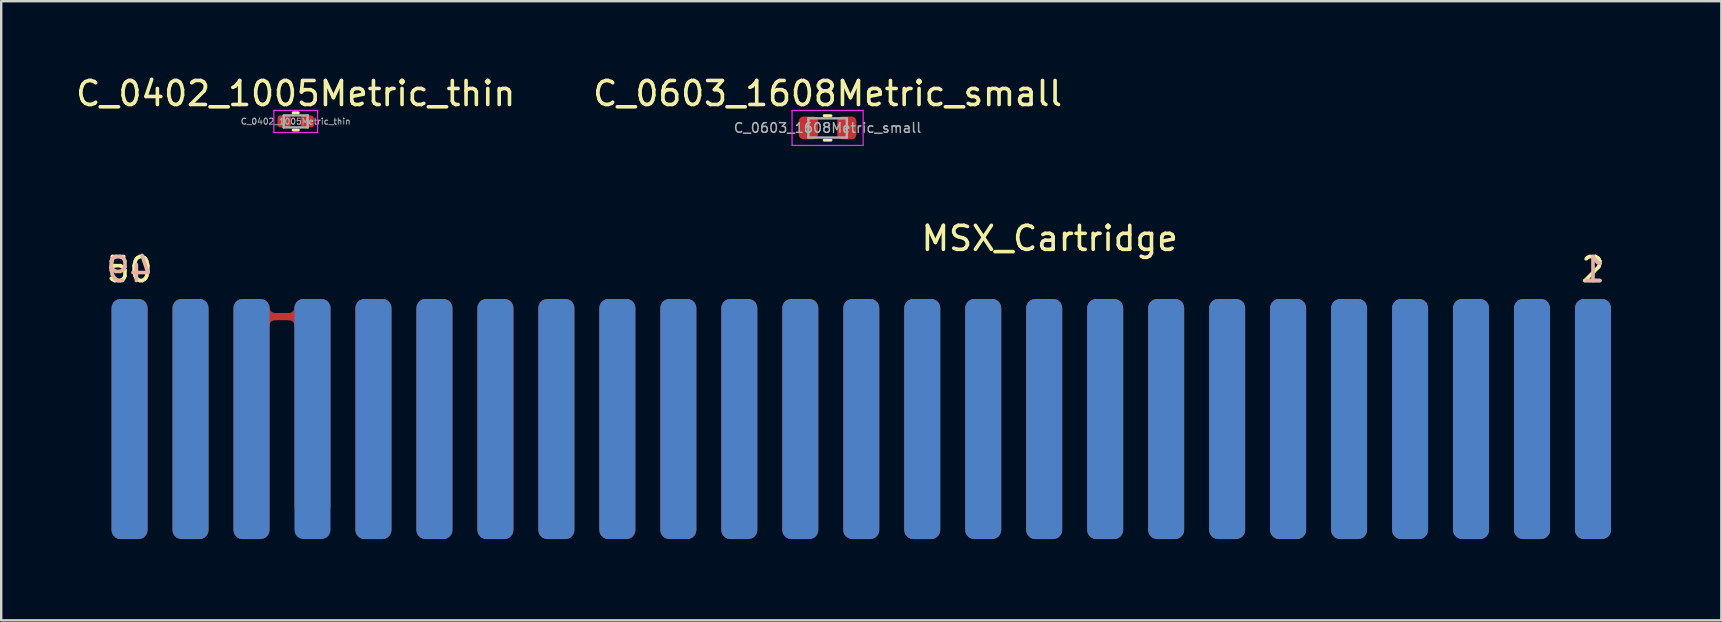
<source format=kicad_pcb>
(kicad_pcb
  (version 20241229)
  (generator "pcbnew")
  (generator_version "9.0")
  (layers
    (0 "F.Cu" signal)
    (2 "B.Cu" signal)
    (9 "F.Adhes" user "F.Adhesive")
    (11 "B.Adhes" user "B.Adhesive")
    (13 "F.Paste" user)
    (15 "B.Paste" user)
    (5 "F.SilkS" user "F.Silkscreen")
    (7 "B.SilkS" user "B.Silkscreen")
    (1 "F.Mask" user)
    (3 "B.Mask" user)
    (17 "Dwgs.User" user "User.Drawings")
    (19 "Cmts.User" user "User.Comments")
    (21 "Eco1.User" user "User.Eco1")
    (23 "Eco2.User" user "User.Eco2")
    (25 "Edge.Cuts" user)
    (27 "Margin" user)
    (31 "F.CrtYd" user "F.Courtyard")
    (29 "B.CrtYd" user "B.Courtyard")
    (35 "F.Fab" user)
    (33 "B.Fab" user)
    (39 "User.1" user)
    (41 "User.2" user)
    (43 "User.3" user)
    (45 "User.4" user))
  (footprint "C_0402_1005Metric_thin"
    (layer "F.Cu")
    (at 9.268 2.008)
    (property "Reference" "C_0402_1005Metric_thin" (at 0 -1.16 0) (layer "F.SilkS") (effects (font (size 1 1) (thickness 0.15))))
    (attr smd)
    (fp_line (start -0.108 -0.36) (end 0.108 -0.36) (stroke (width 0.12) (type solid)) (layer "F.SilkS"))
    (fp_line (start -0.108 0.36) (end 0.108 0.36) (stroke (width 0.12) (type solid)) (layer "F.SilkS"))
    (fp_line (start -0.91 -0.46) (end 0.91 -0.46) (stroke (width 0.05) (type solid)) (layer "F.CrtYd"))
    (fp_line (start -0.91 0.46) (end -0.91 -0.46) (stroke (width 0.05) (type solid)) (layer "F.CrtYd"))
    (fp_line (start 0.91 -0.46) (end 0.91 0.46) (stroke (width 0.05) (type solid)) (layer "F.CrtYd"))
    (fp_line (start 0.91 0.46) (end -0.91 0.46) (stroke (width 0.05) (type solid)) (layer "F.CrtYd"))
    (fp_line (start -0.5 -0.25) (end 0.5 -0.25) (stroke (width 0.1) (type solid)) (layer "F.Fab"))
    (fp_line (start -0.5 0.25) (end -0.5 -0.25) (stroke (width 0.1) (type solid)) (layer "F.Fab"))
    (fp_line (start 0.5 -0.25) (end 0.5 0.25) (stroke (width 0.1) (type solid)) (layer "F.Fab"))
    (fp_line (start 0.5 0.25) (end -0.5 0.25) (stroke (width 0.1) (type solid)) (layer "F.Fab"))
    (fp_text user "${REFERENCE}" (at 0 0 0) (layer "F.Fab") (effects (font (size 0.25 0.25) (thickness 0.04))))
    (pad "1" smd roundrect (at -0.48 0) (size 0.56 0.5) (layers "F.Cu" "F.Mask" "F.Paste") (roundrect_rratio 0.25))
    (pad "2" smd roundrect (at 0.48 0) (size 0.56 0.5) (layers "F.Cu" "F.Mask" "F.Paste") (roundrect_rratio 0.25)))
  (footprint "MSX_Cartridge"
    (layer "F.Cu")
    (at 32.826 14.531)
    (property "Reference" "MSX_Cartridge" (at 7.85 -7.65 0) (layer "F.SilkS") (effects (font (size 1 1) (thickness 0.15))))
    (attr through_hole)
    (fp_line (start -24.419 -4.394) (end -23.841 -4.394) (stroke (width 0.3) (type default)) (layer "F.Cu"))
    (fp_arc (start -24.8 -4.0132) (mid -24.688408 -4.282608) (end -24.419 -4.3942) (stroke (width 0.3) (type default)) (layer "F.Cu"))
    (fp_arc (start -24.419 -4.3942) (mid -24.688408 -4.505792) (end -24.8 -4.7752) (stroke (width 0.3) (type default)) (layer "F.Cu"))
    (fp_arc (start -23.841 -4.3942) (mid -23.571592 -4.282608) (end -23.46 -4.0132) (stroke (width 0.3) (type default)) (layer "F.Cu"))
    (fp_arc (start -23.46 -4.7752) (mid -23.571592 -4.505792) (end -23.841 -4.3942) (stroke (width 0.3) (type default)) (layer "F.Cu"))
    (fp_rect (start -32.766 -4) (end 32.766 5.2) (stroke (width 0.12) (type solid)) (fill yes) (layer "F.Mask"))
    (fp_rect (start -32.766 -4) (end 32.766 5.2) (stroke (width 0.12) (type solid)) (fill yes) (layer "B.Mask"))
    (fp_text user "2" (at 30.48 -6.35 0) (unlocked yes) (layer "F.SilkS") (effects (font (size 1 1) (thickness 0.15))))
    (fp_text user "50" (at -30.48 -6.35 0) (unlocked yes) (layer "F.SilkS") (effects (font (size 1 1) (thickness 0.15))))
    (fp_text user "49" (at -30.48 -6.35 0) (unlocked yes) (layer "B.SilkS") (effects (font (size 1 1) (thickness 0.15)) (justify mirror)))
    (fp_text user "1" (at 30.48 -6.35 0) (unlocked yes) (layer "B.SilkS") (effects (font (size 1 1) (thickness 0.15)) (justify mirror)))
    (pad "1" connect roundrect (at 30.48 -0.127) (size 1.5 10) (layers "B.Cu" "B.Mask") (roundrect_rratio 0.25))
    (pad "2" connect roundrect (at 30.48 -0.127) (size 1.5 10) (layers "F.Cu" "F.Mask") (roundrect_rratio 0.25))
    (pad "3" connect roundrect (at 27.94 -0.127) (size 1.5 10) (layers "B.Cu" "B.Mask") (roundrect_rratio 0.25))
    (pad "4" connect roundrect (at 27.94 -0.127) (size 1.5 10) (layers "F.Cu" "F.Mask") (roundrect_rratio 0.25))
    (pad "5" connect roundrect (at 25.4 -0.127) (size 1.5 10) (layers "B.Cu" "B.Mask") (roundrect_rratio 0.25))
    (pad "6" connect roundrect (at 25.4 -0.127) (size 1.5 10) (layers "F.Cu" "F.Mask") (roundrect_rratio 0.25))
    (pad "7" connect roundrect (at 22.86 -0.127) (size 1.5 10) (layers "B.Cu" "B.Mask") (roundrect_rratio 0.25))
    (pad "8" connect roundrect (at 22.86 -0.127) (size 1.5 10) (layers "F.Cu" "F.Mask") (roundrect_rratio 0.25))
    (pad "9" connect roundrect (at 20.32 -0.127) (size 1.5 10) (layers "B.Cu" "B.Mask") (roundrect_rratio 0.25))
    (pad "10" connect roundrect (at 20.32 -0.127) (size 1.5 10) (layers "F.Cu" "F.Mask") (roundrect_rratio 0.25))
    (pad "11" connect roundrect (at 17.78 -0.127) (size 1.5 10) (layers "B.Cu" "B.Mask") (roundrect_rratio 0.25))
    (pad "12" connect roundrect (at 17.78 -0.127) (size 1.5 10) (layers "F.Cu" "F.Mask") (roundrect_rratio 0.25))
    (pad "13" connect roundrect (at 15.24 -0.127) (size 1.5 10) (layers "B.Cu" "B.Mask") (roundrect_rratio 0.25))
    (pad "14" connect roundrect (at 15.24 -0.127) (size 1.5 10) (layers "F.Cu" "F.Mask") (roundrect_rratio 0.25))
    (pad "15" connect roundrect (at 12.7 -0.127) (size 1.5 10) (layers "B.Cu" "B.Mask") (roundrect_rratio 0.25))
    (pad "16" connect roundrect (at 12.7 -0.127) (size 1.5 10) (layers "F.Cu" "F.Mask") (roundrect_rratio 0.25))
    (pad "17" connect roundrect (at 10.16 -0.127) (size 1.5 10) (layers "B.Cu" "B.Mask") (roundrect_rratio 0.25))
    (pad "18" connect roundrect (at 10.16 -0.127) (size 1.5 10) (layers "F.Cu" "F.Mask") (roundrect_rratio 0.25))
    (pad "19" connect roundrect (at 7.62 -0.127) (size 1.5 10) (layers "B.Cu" "B.Mask") (roundrect_rratio 0.25))
    (pad "20" connect roundrect (at 7.62 -0.127) (size 1.5 10) (layers "F.Cu" "F.Mask") (roundrect_rratio 0.25))
    (pad "21" connect roundrect (at 5.08 -0.127) (size 1.5 10) (layers "B.Cu" "B.Mask") (roundrect_rratio 0.25))
    (pad "22" connect roundrect (at 5.08 -0.127) (size 1.5 10) (layers "F.Cu" "F.Mask") (roundrect_rratio 0.25))
    (pad "23" connect roundrect (at 2.54 -0.127) (size 1.5 10) (layers "B.Cu" "B.Mask") (roundrect_rratio 0.25))
    (pad "24" connect roundrect (at 2.54 -0.127) (size 1.5 10) (layers "F.Cu" "F.Mask") (roundrect_rratio 0.25))
    (pad "25" connect roundrect (at 0 -0.127) (size 1.5 10) (layers "B.Cu" "B.Mask") (roundrect_rratio 0.25))
    (pad "26" connect roundrect (at 0 -0.127) (size 1.5 10) (layers "F.Cu" "F.Mask") (roundrect_rratio 0.25))
    (pad "27" connect roundrect (at -2.54 -0.127) (size 1.5 10) (layers "B.Cu" "B.Mask") (roundrect_rratio 0.25))
    (pad "28" connect roundrect (at -2.54 -0.127) (size 1.5 10) (layers "F.Cu" "F.Mask") (roundrect_rratio 0.25))
    (pad "29" connect roundrect (at -5.08 -0.127) (size 1.5 10) (layers "B.Cu" "B.Mask") (roundrect_rratio 0.25))
    (pad "30" connect roundrect (at -5.08 -0.127) (size 1.5 10) (layers "F.Cu" "F.Mask") (roundrect_rratio 0.25))
    (pad "31" connect roundrect (at -7.62 -0.127) (size 1.5 10) (layers "B.Cu" "B.Mask") (roundrect_rratio 0.25))
    (pad "32" connect roundrect (at -7.62 -0.127) (size 1.5 10) (layers "F.Cu" "F.Mask") (roundrect_rratio 0.25))
    (pad "33" connect roundrect (at -10.16 -0.127) (size 1.5 10) (layers "B.Cu" "B.Mask") (roundrect_rratio 0.25))
    (pad "34" connect roundrect (at -10.16 -0.127) (size 1.5 10) (layers "F.Cu" "F.Mask") (roundrect_rratio 0.25))
    (pad "35" connect roundrect (at -12.7 -0.127) (size 1.5 10) (layers "B.Cu" "B.Mask") (roundrect_rratio 0.25))
    (pad "36" connect roundrect (at -12.7 -0.127) (size 1.5 10) (layers "F.Cu" "F.Mask") (roundrect_rratio 0.25))
    (pad "37" connect roundrect (at -15.24 -0.127) (size 1.5 10) (layers "B.Cu" "B.Mask") (roundrect_rratio 0.25))
    (pad "38" connect roundrect (at -15.24 -0.127) (size 1.5 10) (layers "F.Cu" "F.Mask") (roundrect_rratio 0.25))
    (pad "39" connect roundrect (at -17.78 -0.127) (size 1.5 10) (layers "B.Cu" "B.Mask") (roundrect_rratio 0.25))
    (pad "40" connect roundrect (at -17.78 -0.127) (size 1.5 10) (layers "F.Cu" "F.Mask") (roundrect_rratio 0.25))
    (pad "41" connect roundrect (at -20.32 -0.127) (size 1.5 10) (layers "B.Cu" "B.Mask") (roundrect_rratio 0.25))
    (pad "42" connect roundrect (at -20.32 -0.127) (size 1.5 10) (layers "F.Cu" "F.Mask") (roundrect_rratio 0.25))
    (pad "43" connect roundrect (at -22.86 -0.127) (size 1.5 10) (layers "B.Cu" "B.Mask") (roundrect_rratio 0.25))
    (pad "44" connect roundrect (at -22.86 -0.627) (size 1.5 9) (layers "F.Cu" "F.Mask") (roundrect_rratio 0.25))
    (pad "45" connect roundrect (at -25.4 -0.127) (size 1.5 10) (layers "B.Cu" "B.Mask") (roundrect_rratio 0.25))
    (pad "46" connect roundrect (at -25.4 -0.127) (size 1.5 10) (layers "F.Cu" "F.Mask") (roundrect_rratio 0.25))
    (pad "47" connect roundrect (at -27.94 -0.127) (size 1.5 10) (layers "B.Cu" "B.Mask") (roundrect_rratio 0.25))
    (pad "48" connect roundrect (at -27.94 -0.127) (size 1.5 10) (layers "F.Cu" "F.Mask") (roundrect_rratio 0.25))
    (pad "49" connect roundrect (at -30.48 -0.127) (size 1.5 10) (layers "B.Cu" "B.Mask") (roundrect_rratio 0.25))
    (pad "50" connect roundrect (at -30.48 -0.127) (size 1.5 10) (layers "F.Cu" "F.Mask") (roundrect_rratio 0.25)))
  (footprint "C_0603_1608Metric_small"
    (layer "F.Cu")
    (at 31.423 2.278)
    (property "Reference" "C_0603_1608Metric_small" (at 0 -1.43 0) (layer "F.SilkS") (effects (font (size 1 1) (thickness 0.15))))
    (attr smd)
    (fp_line (start -0.141 -0.51) (end 0.141 -0.51) (stroke (width 0.12) (type solid)) (layer "F.SilkS"))
    (fp_line (start -0.141 0.51) (end 0.141 0.51) (stroke (width 0.12) (type solid)) (layer "F.SilkS"))
    (fp_line (start -1.48 -0.73) (end 1.48 -0.73) (stroke (width 0.05) (type solid)) (layer "F.CrtYd"))
    (fp_line (start -1.48 0.73) (end -1.48 -0.73) (stroke (width 0.05) (type solid)) (layer "F.CrtYd"))
    (fp_line (start 1.48 -0.73) (end 1.48 0.73) (stroke (width 0.05) (type solid)) (layer "F.CrtYd"))
    (fp_line (start 1.48 0.73) (end -1.48 0.73) (stroke (width 0.05) (type solid)) (layer "F.CrtYd"))
    (fp_line (start -0.8 -0.4) (end 0.8 -0.4) (stroke (width 0.1) (type solid)) (layer "F.Fab"))
    (fp_line (start -0.8 0.4) (end -0.8 -0.4) (stroke (width 0.1) (type solid)) (layer "F.Fab"))
    (fp_line (start 0.8 -0.4) (end 0.8 0.4) (stroke (width 0.1) (type solid)) (layer "F.Fab"))
    (fp_line (start 0.8 0.4) (end -0.8 0.4) (stroke (width 0.1) (type solid)) (layer "F.Fab"))
    (fp_text user "${REFERENCE}" (at 0 0 0) (layer "F.Fab") (effects (font (size 0.4 0.4) (thickness 0.06))))
    (pad "1" smd roundrect (at -0.8 0) (size 0.8 0.95) (layers "F.Cu" "F.Mask" "F.Paste") (roundrect_rratio 0.25))
    (pad "2" smd roundrect (at 0.8 0) (size 0.8 0.95) (layers "F.Cu" "F.Mask" "F.Paste") (roundrect_rratio 0.25)))
  (gr_rect
    (start -3 -3)
    (end 68.652 22.791)
    (stroke (width 0.1) (type default))
    (fill no)
    (layer "Edge.Cuts")))
</source>
